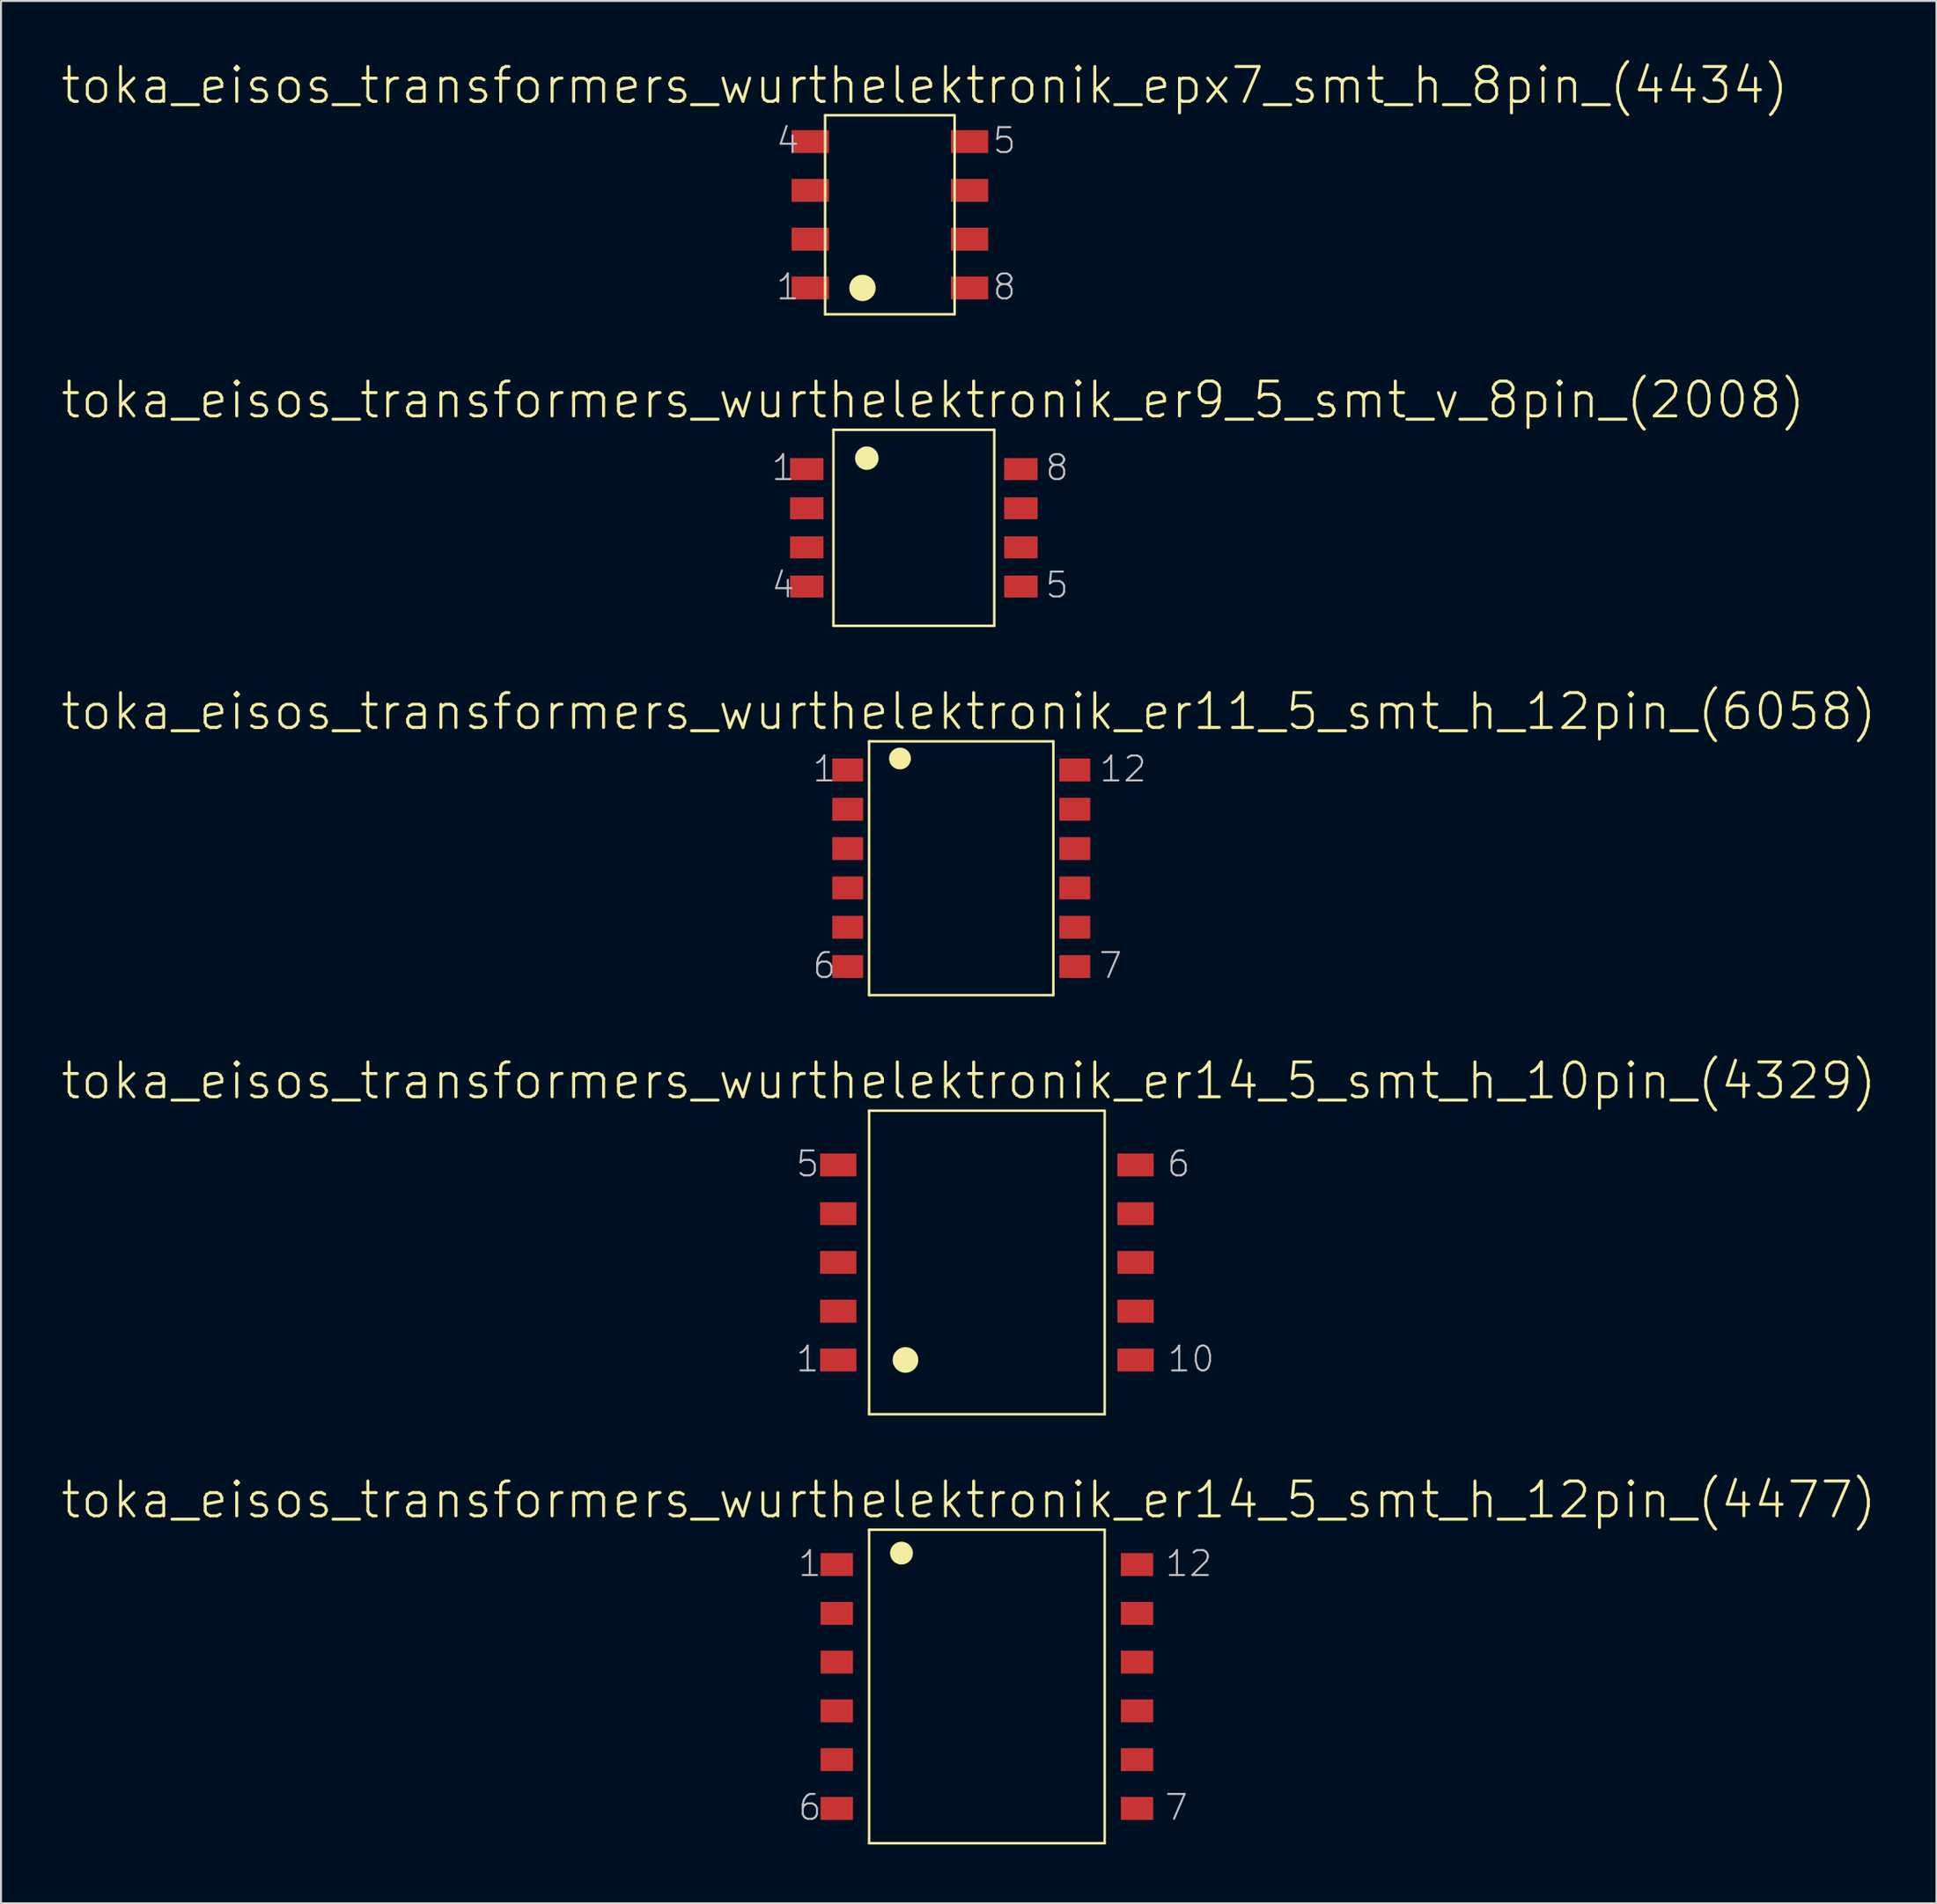
<source format=kicad_pcb>
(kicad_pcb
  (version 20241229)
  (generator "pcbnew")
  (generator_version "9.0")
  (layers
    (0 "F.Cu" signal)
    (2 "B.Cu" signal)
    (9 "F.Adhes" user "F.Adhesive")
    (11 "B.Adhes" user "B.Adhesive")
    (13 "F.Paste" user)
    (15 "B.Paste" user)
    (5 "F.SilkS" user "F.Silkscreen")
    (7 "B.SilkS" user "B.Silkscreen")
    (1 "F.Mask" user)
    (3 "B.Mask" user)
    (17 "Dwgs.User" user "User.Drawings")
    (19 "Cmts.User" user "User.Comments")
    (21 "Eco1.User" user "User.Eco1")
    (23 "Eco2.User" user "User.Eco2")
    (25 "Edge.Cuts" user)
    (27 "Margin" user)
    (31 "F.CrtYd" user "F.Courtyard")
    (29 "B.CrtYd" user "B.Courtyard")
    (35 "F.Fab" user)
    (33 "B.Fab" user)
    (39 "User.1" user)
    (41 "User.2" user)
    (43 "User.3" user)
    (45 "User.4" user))
  (footprint "toka_eisos_transformers_wurthelektronik_er14_5_smt_h_10pin_(4329)"
    (layer "F.Cu")
    (at 47.291 61.385)
    (property "Reference" "toka_eisos_transformers_wurthelektronik_er14_5_smt_h_10pin_(4329)" (at -0.927 -9.271 0) (layer "F.SilkS") (effects (font (size 1.778 1.778) (thickness 0.152))))
    (attr smd)
    (fp_line (start -6.007 -7.747) (end -6.007 7.747) (stroke (width 0.127) (type solid)) (layer "F.SilkS"))
    (fp_line (start -6.007 -7.747) (end 6.007 -7.747) (stroke (width 0.127) (type solid)) (layer "F.SilkS"))
    (fp_line (start -6.007 7.747) (end 6.007 7.747) (stroke (width 0.127) (type solid)) (layer "F.SilkS"))
    (fp_line (start 6.007 -7.747) (end 6.007 7.747) (stroke (width 0.127) (type solid)) (layer "F.SilkS"))
    (fp_circle (center -4.153 4.978) (end -4.615 5.441) (stroke (width 0) (type solid)) (fill yes) (layer "F.SilkS"))
    (fp_text user "10" (at 10.414 4.928 0) (layer "Dwgs.User") (effects (font (size 1.27 1.27) (thickness 0.102))))
    (fp_text user "1" (at -9.144 4.928 0) (layer "Dwgs.User") (effects (font (size 1.27 1.27) (thickness 0.102))))
    (fp_text user "6" (at 9.779 -5.029 0) (layer "Dwgs.User") (effects (font (size 1.27 1.27) (thickness 0.102))))
    (fp_text user "5" (at -9.144 -5.029 0) (layer "Dwgs.User") (effects (font (size 1.27 1.27) (thickness 0.102))))
    (pad "1" smd rect (at -7.582 4.978) (size 1.854 1.168) (layers "F.Cu" "F.Mask" "F.Paste"))
    (pad "2" smd rect (at -7.582 2.489) (size 1.854 1.168) (layers "F.Cu" "F.Mask" "F.Paste"))
    (pad "3" smd rect (at -7.582 0) (size 1.854 1.168) (layers "F.Cu" "F.Mask" "F.Paste"))
    (pad "4" smd rect (at -7.582 -2.489) (size 1.854 1.168) (layers "F.Cu" "F.Mask" "F.Paste"))
    (pad "5" smd rect (at -7.582 -4.978) (size 1.854 1.168) (layers "F.Cu" "F.Mask" "F.Paste"))
    (pad "6" smd rect (at 7.582 -4.978) (size 1.854 1.168) (layers "F.Cu" "F.Mask" "F.Paste"))
    (pad "7" smd rect (at 7.582 -2.489) (size 1.854 1.168) (layers "F.Cu" "F.Mask" "F.Paste"))
    (pad "8" smd rect (at 7.582 0) (size 1.854 1.168) (layers "F.Cu" "F.Mask" "F.Paste"))
    (pad "9" smd rect (at 7.582 2.489) (size 1.854 1.168) (layers "F.Cu" "F.Mask" "F.Paste"))
    (pad "10" smd rect (at 7.582 4.978) (size 1.854 1.168) (layers "F.Cu" "F.Mask" "F.Paste")))
  (footprint "toka_eisos_transformers_wurthelektronik_epx7_smt_h_8pin_(4434)"
    (layer "F.Cu")
    (at 42.342 7.912)
    (property "Reference" "toka_eisos_transformers_wurthelektronik_epx7_smt_h_8pin_(4434)" (at 1.778 -6.604 0) (layer "F.SilkS") (effects (font (size 1.778 1.778) (thickness 0.152))))
    (attr smd)
    (fp_line (start -3.302 -5.08) (end -3.302 5.08) (stroke (width 0.127) (type solid)) (layer "F.SilkS"))
    (fp_line (start -3.302 -5.08) (end 3.302 -5.08) (stroke (width 0.127) (type solid)) (layer "F.SilkS"))
    (fp_line (start -3.302 5.08) (end 3.302 5.08) (stroke (width 0.127) (type solid)) (layer "F.SilkS"))
    (fp_line (start 3.302 -5.08) (end 3.302 5.08) (stroke (width 0.127) (type solid)) (layer "F.SilkS"))
    (fp_circle (center -1.397 3.734) (end -1.872 4.209) (stroke (width 0) (type solid)) (fill yes) (layer "F.SilkS"))
    (fp_text user "4" (at -5.207 -3.785 0) (layer "Dwgs.User") (effects (font (size 1.27 1.27) (thickness 0.102))))
    (fp_text user "5" (at 5.842 -3.785 0) (layer "Dwgs.User") (effects (font (size 1.27 1.27) (thickness 0.102))))
    (fp_text user "8" (at 5.842 3.683 0) (layer "Dwgs.User") (effects (font (size 1.27 1.27) (thickness 0.102))))
    (fp_text user "1" (at -5.207 3.683 0) (layer "Dwgs.User") (effects (font (size 1.27 1.27) (thickness 0.102))))
    (pad "1" smd rect (at -4.064 3.734) (size 1.905 1.168) (layers "F.Cu" "F.Mask" "F.Paste"))
    (pad "2" smd rect (at -4.064 1.245) (size 1.905 1.168) (layers "F.Cu" "F.Mask" "F.Paste"))
    (pad "3" smd rect (at -4.064 -1.245) (size 1.905 1.168) (layers "F.Cu" "F.Mask" "F.Paste"))
    (pad "4" smd rect (at -4.064 -3.734) (size 1.905 1.168) (layers "F.Cu" "F.Mask" "F.Paste"))
    (pad "5" smd rect (at 4.064 -3.734) (size 1.905 1.168) (layers "F.Cu" "F.Mask" "F.Paste"))
    (pad "6" smd rect (at 4.064 -1.245) (size 1.905 1.168) (layers "F.Cu" "F.Mask" "F.Paste"))
    (pad "7" smd rect (at 4.064 1.245) (size 1.905 1.168) (layers "F.Cu" "F.Mask" "F.Paste"))
    (pad "8" smd rect (at 4.064 3.734) (size 1.905 1.168) (layers "F.Cu" "F.Mask" "F.Paste")))
  (footprint "toka_eisos_transformers_wurthelektronik_er11_5_smt_h_12pin_(6058)"
    (layer "F.Cu")
    (at 45.982 41.266)
    (property "Reference" "toka_eisos_transformers_wurthelektronik_er11_5_smt_h_12pin_(6058)" (at 0.381 -8.001 0) (layer "F.SilkS") (effects (font (size 1.778 1.778) (thickness 0.152))))
    (attr smd)
    (fp_line (start -4.699 -6.477) (end -4.699 6.477) (stroke (width 0.127) (type solid)) (layer "F.SilkS"))
    (fp_line (start -4.699 -6.477) (end 4.699 -6.477) (stroke (width 0.127) (type solid)) (layer "F.SilkS"))
    (fp_line (start -4.699 6.477) (end 4.699 6.477) (stroke (width 0.127) (type solid)) (layer "F.SilkS"))
    (fp_line (start 4.699 -6.477) (end 4.699 6.477) (stroke (width 0.127) (type solid)) (layer "F.SilkS"))
    (fp_circle (center -3.124 -5.601) (end -3.518 -5.994) (stroke (width 0) (type solid)) (fill yes) (layer "F.SilkS"))
    (fp_text user "7" (at 7.62 4.966 0) (layer "Dwgs.User") (effects (font (size 1.27 1.27) (thickness 0.102))))
    (fp_text user "6" (at -6.985 4.966 0) (layer "Dwgs.User") (effects (font (size 1.27 1.27) (thickness 0.102))))
    (fp_text user "12" (at 8.255 -5.067 0) (layer "Dwgs.User") (effects (font (size 1.27 1.27) (thickness 0.102))))
    (fp_text user "1" (at -6.985 -5.067 0) (layer "Dwgs.User") (effects (font (size 1.27 1.27) (thickness 0.102))))
    (pad "1" smd rect (at -5.791 -5.016) (size 1.575 1.168) (layers "F.Cu" "F.Mask" "F.Paste"))
    (pad "2" smd rect (at -5.791 -3.01) (size 1.575 1.168) (layers "F.Cu" "F.Mask" "F.Paste"))
    (pad "3" smd rect (at -5.791 -1.003) (size 1.575 1.168) (layers "F.Cu" "F.Mask" "F.Paste"))
    (pad "4" smd rect (at -5.791 1.003) (size 1.575 1.168) (layers "F.Cu" "F.Mask" "F.Paste"))
    (pad "5" smd rect (at -5.791 3.01) (size 1.575 1.168) (layers "F.Cu" "F.Mask" "F.Paste"))
    (pad "6" smd rect (at -5.791 5.016) (size 1.575 1.168) (layers "F.Cu" "F.Mask" "F.Paste"))
    (pad "7" smd rect (at 5.791 5.016) (size 1.575 1.168) (layers "F.Cu" "F.Mask" "F.Paste"))
    (pad "8" smd rect (at 5.791 3.01) (size 1.575 1.168) (layers "F.Cu" "F.Mask" "F.Paste"))
    (pad "9" smd rect (at 5.791 1.003) (size 1.575 1.168) (layers "F.Cu" "F.Mask" "F.Paste"))
    (pad "10" smd rect (at 5.791 -1.003) (size 1.575 1.168) (layers "F.Cu" "F.Mask" "F.Paste"))
    (pad "11" smd rect (at 5.791 -3.01) (size 1.575 1.168) (layers "F.Cu" "F.Mask" "F.Paste"))
    (pad "12" smd rect (at 5.791 -5.016) (size 1.575 1.168) (layers "F.Cu" "F.Mask" "F.Paste")))
  (footprint "toka_eisos_transformers_wurthelektronik_er14_5_smt_h_12pin_(4477)"
    (layer "F.Cu")
    (at 47.291 83.029)
    (property "Reference" "toka_eisos_transformers_wurthelektronik_er14_5_smt_h_12pin_(4477)" (at -0.927 -9.525 0) (layer "F.SilkS") (effects (font (size 1.778 1.778) (thickness 0.152))))
    (attr smd)
    (fp_line (start -6.007 -8.001) (end -6.007 8.001) (stroke (width 0.127) (type solid)) (layer "F.SilkS"))
    (fp_line (start -6.007 -8.001) (end 6.007 -8.001) (stroke (width 0.127) (type solid)) (layer "F.SilkS"))
    (fp_line (start -6.007 8.001) (end 6.007 8.001) (stroke (width 0.127) (type solid)) (layer "F.SilkS"))
    (fp_line (start 6.007 -8.001) (end 6.007 8.001) (stroke (width 0.127) (type solid)) (layer "F.SilkS"))
    (fp_circle (center -4.356 -6.807) (end -4.768 -7.219) (stroke (width 0) (type solid)) (fill yes) (layer "F.SilkS"))
    (fp_text user "6" (at -9.03 6.172 0) (layer "Dwgs.User") (effects (font (size 1.27 1.27) (thickness 0.102))))
    (fp_text user "12" (at 10.3 -6.274 0) (layer "Dwgs.User") (effects (font (size 1.27 1.27) (thickness 0.102))))
    (fp_text user "1" (at -9.03 -6.274 0) (layer "Dwgs.User") (effects (font (size 1.27 1.27) (thickness 0.102))))
    (fp_text user "7" (at 9.665 6.172 0) (layer "Dwgs.User") (effects (font (size 1.27 1.27) (thickness 0.102))))
    (pad "1" smd rect (at -7.658 -6.223) (size 1.651 1.168) (layers "F.Cu" "F.Mask" "F.Paste"))
    (pad "2" smd rect (at -7.658 -3.734) (size 1.651 1.168) (layers "F.Cu" "F.Mask" "F.Paste"))
    (pad "3" smd rect (at -7.658 -1.245) (size 1.651 1.168) (layers "F.Cu" "F.Mask" "F.Paste"))
    (pad "4" smd rect (at -7.658 1.245) (size 1.651 1.168) (layers "F.Cu" "F.Mask" "F.Paste"))
    (pad "5" smd rect (at -7.658 3.734) (size 1.651 1.168) (layers "F.Cu" "F.Mask" "F.Paste"))
    (pad "6" smd rect (at -7.658 6.223) (size 1.651 1.168) (layers "F.Cu" "F.Mask" "F.Paste"))
    (pad "7" smd rect (at 7.658 6.223) (size 1.651 1.168) (layers "F.Cu" "F.Mask" "F.Paste"))
    (pad "8" smd rect (at 7.658 3.734) (size 1.651 1.168) (layers "F.Cu" "F.Mask" "F.Paste"))
    (pad "9" smd rect (at 7.658 1.245) (size 1.651 1.168) (layers "F.Cu" "F.Mask" "F.Paste"))
    (pad "10" smd rect (at 7.658 -1.245) (size 1.651 1.168) (layers "F.Cu" "F.Mask" "F.Paste"))
    (pad "11" smd rect (at 7.658 -3.734) (size 1.651 1.168) (layers "F.Cu" "F.Mask" "F.Paste"))
    (pad "12" smd rect (at 7.658 -6.223) (size 1.651 1.168) (layers "F.Cu" "F.Mask" "F.Paste")))
  (footprint "toka_eisos_transformers_wurthelektronik_er9_5_smt_v_8pin_(2008)"
    (layer "F.Cu")
    (at 43.565 23.89)
    (property "Reference" "toka_eisos_transformers_wurthelektronik_er9_5_smt_v_8pin_(2008)" (at 0.978 -6.528 0) (layer "F.SilkS") (effects (font (size 1.778 1.778) (thickness 0.152))))
    (attr smd)
    (fp_line (start -4.102 -5.004) (end -4.102 5.004) (stroke (width 0.127) (type solid)) (layer "F.SilkS"))
    (fp_line (start -4.102 -5.004) (end 4.102 -5.004) (stroke (width 0.127) (type solid)) (layer "F.SilkS"))
    (fp_line (start -4.102 5.004) (end 4.102 5.004) (stroke (width 0.127) (type solid)) (layer "F.SilkS"))
    (fp_line (start 4.102 -5.004) (end 4.102 5.004) (stroke (width 0.127) (type solid)) (layer "F.SilkS"))
    (fp_circle (center -2.4 -3.556) (end -2.824 -3.98) (stroke (width 0) (type solid)) (fill yes) (layer "F.SilkS"))
    (fp_text user "1" (at -6.668 -3.073 0) (layer "Dwgs.User") (effects (font (size 1.27 1.27) (thickness 0.102))))
    (fp_text user "8" (at 7.303 -3.073 0) (layer "Dwgs.User") (effects (font (size 1.27 1.27) (thickness 0.102))))
    (fp_text user "4" (at -6.668 2.921 0) (layer "Dwgs.User") (effects (font (size 1.27 1.27) (thickness 0.102))))
    (fp_text user "5" (at 7.303 2.921 0) (layer "Dwgs.User") (effects (font (size 1.27 1.27) (thickness 0.102))))
    (pad "1" smd rect (at -5.461 -2.997) (size 1.702 1.118) (layers "F.Cu" "F.Mask" "F.Paste"))
    (pad "2" smd rect (at -5.461 -0.998) (size 1.702 1.118) (layers "F.Cu" "F.Mask" "F.Paste"))
    (pad "3" smd rect (at -5.461 0.998) (size 1.702 1.118) (layers "F.Cu" "F.Mask" "F.Paste"))
    (pad "4" smd rect (at -5.461 2.997) (size 1.702 1.118) (layers "F.Cu" "F.Mask" "F.Paste"))
    (pad "5" smd rect (at 5.461 2.997) (size 1.702 1.118) (layers "F.Cu" "F.Mask" "F.Paste"))
    (pad "6" smd rect (at 5.461 0.998) (size 1.702 1.118) (layers "F.Cu" "F.Mask" "F.Paste"))
    (pad "7" smd rect (at 5.461 -0.998) (size 1.702 1.118) (layers "F.Cu" "F.Mask" "F.Paste"))
    (pad "8" smd rect (at 5.461 -2.997) (size 1.702 1.118) (layers "F.Cu" "F.Mask" "F.Paste")))
  (gr_rect
    (start -3 -3)
    (end 95.727 94.093)
    (stroke (width 0.1) (type default))
    (fill no)
    (layer "Edge.Cuts")))
</source>
